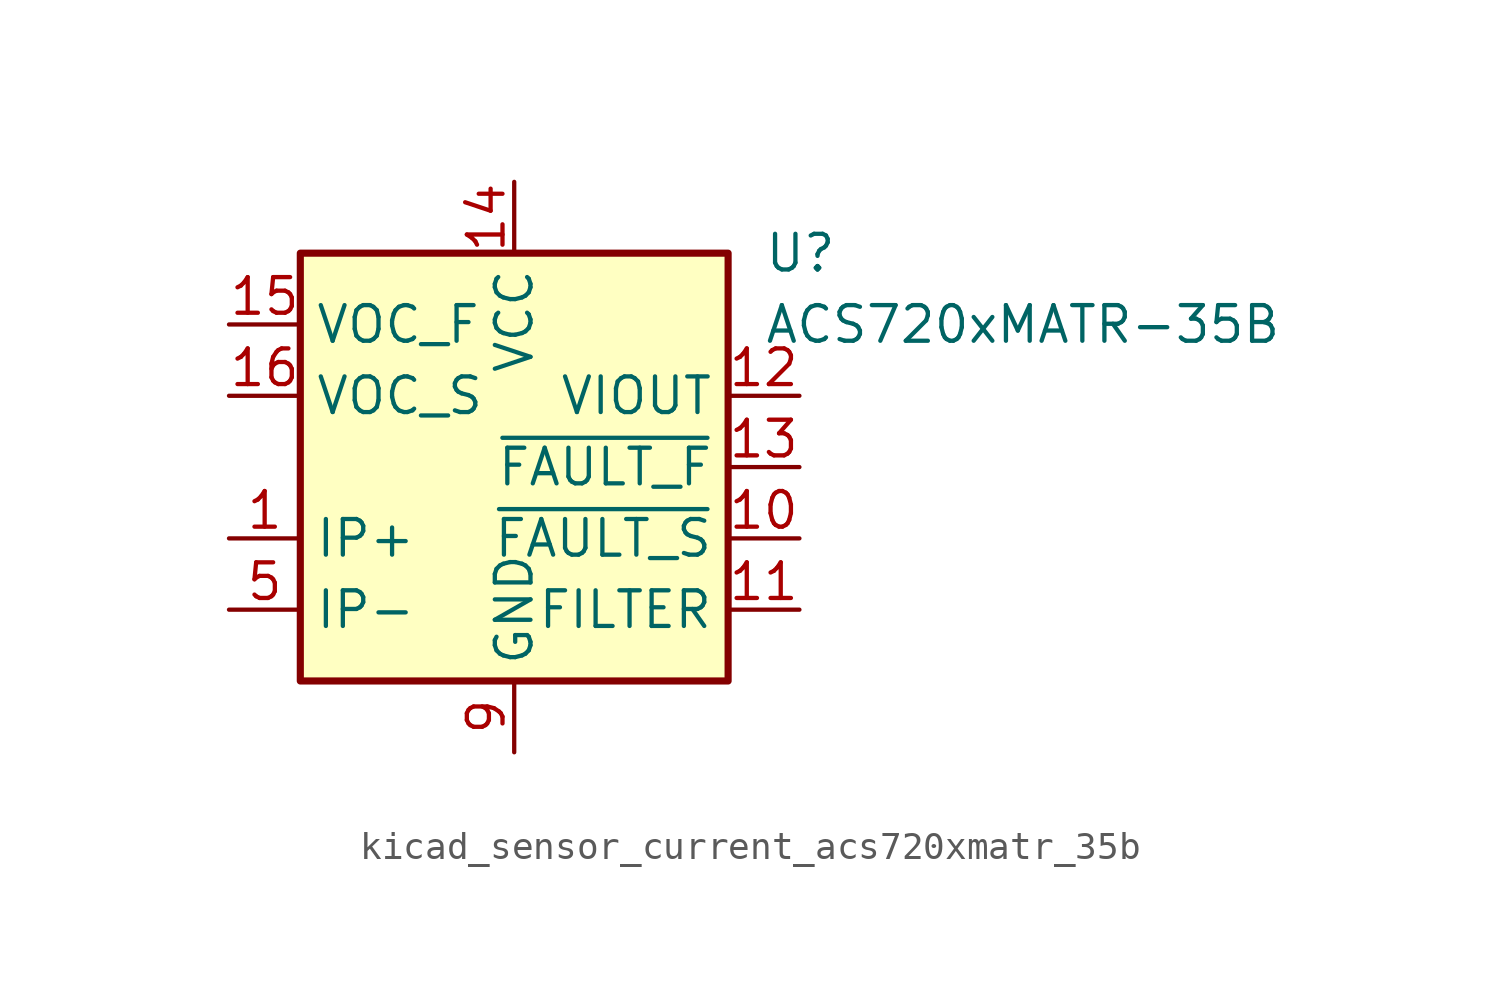
<source format=kicad_sym>
(kicad_symbol_lib
  (version 20220914)
  (generator kicad_symbol_editor)
  (symbol "kicad_sensor_current_acs720xmatr_35b"
    (property "Reference" "U"
      (at 8.89 7.62 0)
      (effects (font (size 1.27 1.27)) (justify left)))
    (property "Value" "ACS720xMATR-35B"
      (at 8.89 5.08 0)
      (effects (font (size 1.27 1.27)) (justify left)))
    (symbol "kicad_sensor_current_acs720xmatr_35b_0_1"
      (rectangle (start -7.62 7.62) (end 7.62 -7.62) (stroke (width 0.254) (type default)) (fill (type background))))
    (symbol "kicad_sensor_current_acs720xmatr_35b_1_1"
      (pin passive line (at -10.16 -2.54 0) (length 2.54) (name "IP+" (effects (font (size 1.27 1.27)))) (number "1" (effects (font (size 1.27 1.27)))))
      (pin open_collector line (at 10.16 -2.54 180) (length 2.54) (name "~{FAULT_S}" (effects (font (size 1.27 1.27)))) (number "10" (effects (font (size 1.27 1.27)))))
      (pin passive line (at 10.16 -5.08 180) (length 2.54) (name "FILTER" (effects (font (size 1.27 1.27)))) (number "11" (effects (font (size 1.27 1.27)))))
      (pin output line (at 10.16 2.54 180) (length 2.54) (name "VIOUT" (effects (font (size 1.27 1.27)))) (number "12" (effects (font (size 1.27 1.27)))))
      (pin open_collector line (at 10.16 0 180) (length 2.54) (name "~{FAULT_F}" (effects (font (size 1.27 1.27)))) (number "13" (effects (font (size 1.27 1.27)))))
      (pin power_in line (at 0 10.16 270) (length 2.54) (name "VCC" (effects (font (size 1.27 1.27)))) (number "14" (effects (font (size 1.27 1.27)))))
      (pin input line (at -10.16 5.08 0) (length 2.54) (name "VOC_F" (effects (font (size 1.27 1.27)))) (number "15" (effects (font (size 1.27 1.27)))))
      (pin input line (at -10.16 2.54 0) (length 2.54) (name "VOC_S" (effects (font (size 1.27 1.27)))) (number "16" (effects (font (size 1.27 1.27)))))
      (pin passive line (at -10.16 -2.54 0) (length 2.54) hide (name "IP+" (effects (font (size 1.27 1.27)))) (number "2" (effects (font (size 1.27 1.27)))))
      (pin passive line (at -10.16 -2.54 0) (length 2.54) hide (name "IP+" (effects (font (size 1.27 1.27)))) (number "3" (effects (font (size 1.27 1.27)))))
      (pin passive line (at -10.16 -2.54 0) (length 2.54) hide (name "IP+" (effects (font (size 1.27 1.27)))) (number "4" (effects (font (size 1.27 1.27)))))
      (pin passive line (at -10.16 -5.08 0) (length 2.54) (name "IP-" (effects (font (size 1.27 1.27)))) (number "5" (effects (font (size 1.27 1.27)))))
      (pin passive line (at -10.16 -5.08 0) (length 2.54) hide (name "IP-" (effects (font (size 1.27 1.27)))) (number "6" (effects (font (size 1.27 1.27)))))
      (pin passive line (at -10.16 -5.08 0) (length 2.54) hide (name "IP-" (effects (font (size 1.27 1.27)))) (number "7" (effects (font (size 1.27 1.27)))))
      (pin passive line (at -10.16 -5.08 0) (length 2.54) hide (name "IP-" (effects (font (size 1.27 1.27)))) (number "8" (effects (font (size 1.27 1.27)))))
      (pin power_in line (at 0 -10.16 90) (length 2.54) (name "GND" (effects (font (size 1.27 1.27)))) (number "9" (effects (font (size 1.27 1.27))))))))
</source>
